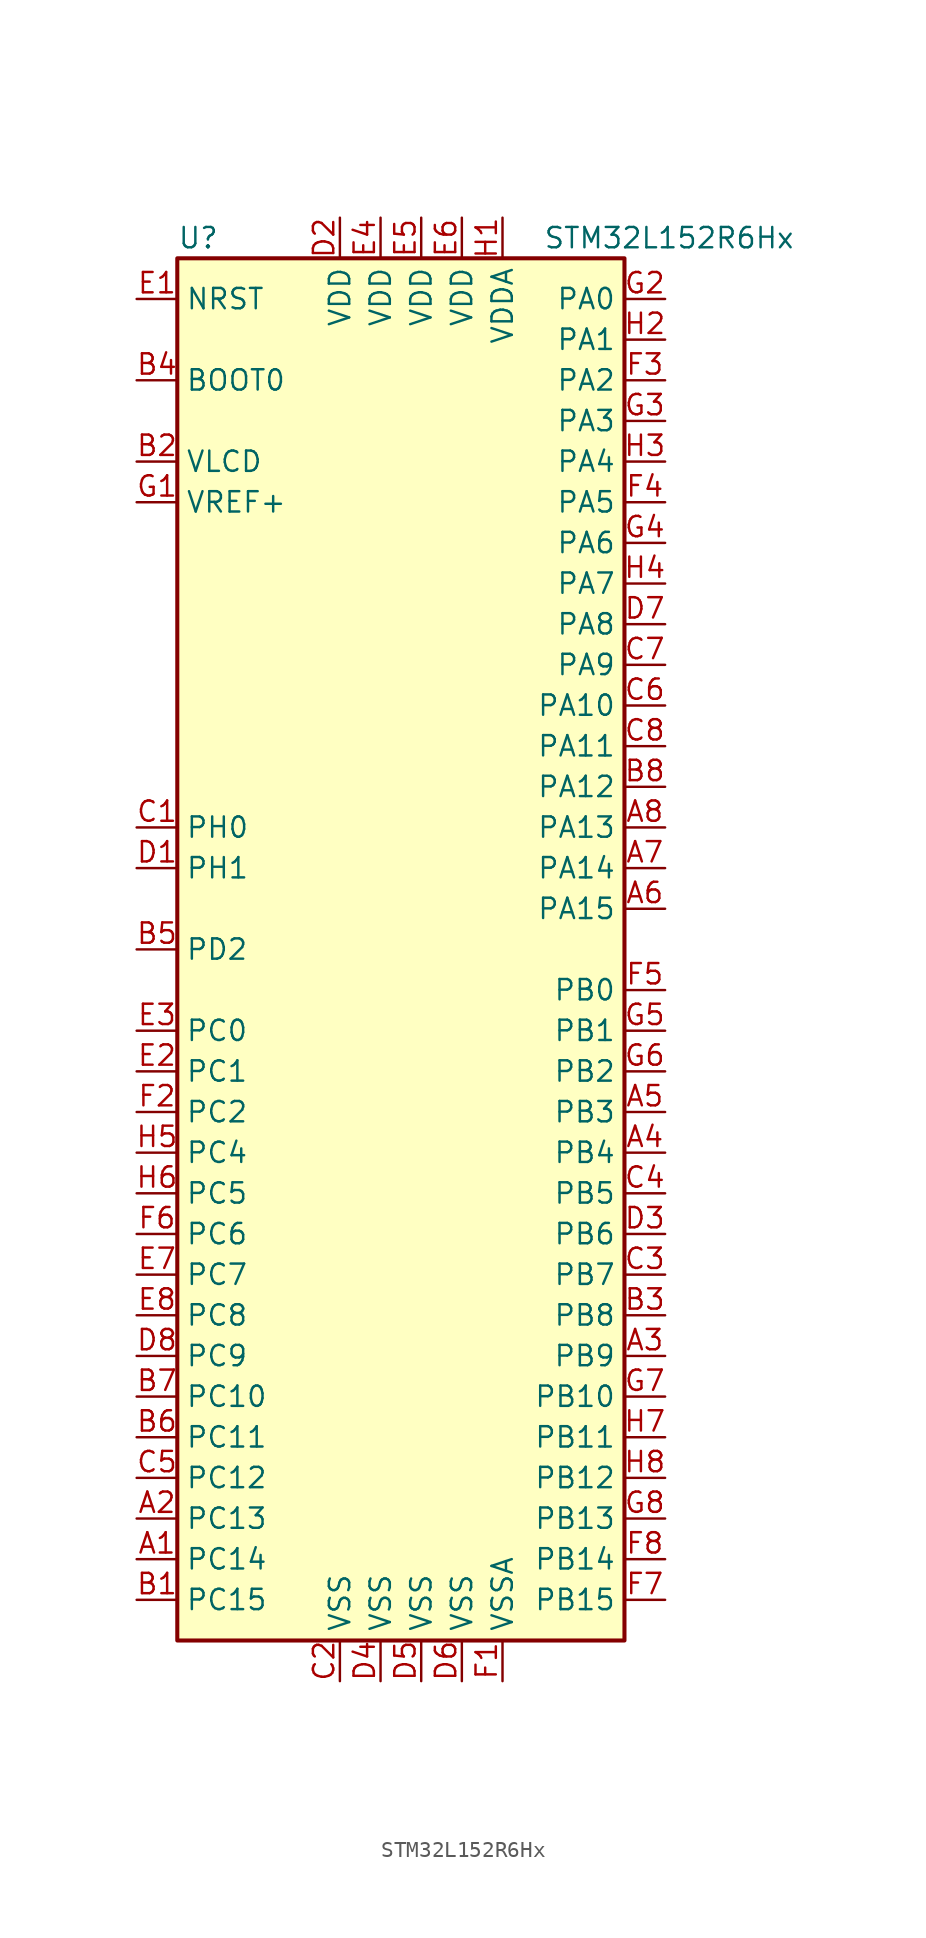
<source format=kicad_sym>
(kicad_symbol_lib
  (version 20201005)
  (generator kicad_symbol_editor)
  (symbol "MCU_ST_STM32L1:STM32L152R6Hx"
    (property "Reference" "U"
      (at -15.24 44.45 0)
      (effects (font (size 1.27 1.27)) (justify left)))
    (property "Value" "STM32L152R6Hx"
      (at 7.62 44.45 0)
      (effects (font (size 1.27 1.27)) (justify left)))
    (symbol "STM32L152R6Hx_0_1"
      (rectangle (start -15.24 -43.18) (end 12.7 43.18) (stroke (width 0.254)) (fill (type background))))
    (symbol "STM32L152R6Hx_1_1"
      (pin input line (at -17.78 35.56 0) (length 2.54) (name "BOOT0" (effects (font (size 1.27 1.27)))) (number "B4" (effects (font (size 1.27 1.27)))))
      (pin input line (at -17.78 40.64 0) (length 2.54) (name "NRST" (effects (font (size 1.27 1.27)))) (number "E1" (effects (font (size 1.27 1.27)))))
      (pin bidirectional line (at 15.24 40.64 180) (length 2.54) (name "PA0" (effects (font (size 1.27 1.27)))) (number "G2" (effects (font (size 1.27 1.27)))))
      (pin bidirectional line (at 15.24 38.1 180) (length 2.54) (name "PA1" (effects (font (size 1.27 1.27)))) (number "H2" (effects (font (size 1.27 1.27)))))
      (pin bidirectional line (at 15.24 15.24 180) (length 2.54) (name "PA10" (effects (font (size 1.27 1.27)))) (number "C6" (effects (font (size 1.27 1.27)))))
      (pin bidirectional line (at 15.24 12.7 180) (length 2.54) (name "PA11" (effects (font (size 1.27 1.27)))) (number "C8" (effects (font (size 1.27 1.27)))))
      (pin bidirectional line (at 15.24 10.16 180) (length 2.54) (name "PA12" (effects (font (size 1.27 1.27)))) (number "B8" (effects (font (size 1.27 1.27)))))
      (pin bidirectional line (at 15.24 7.62 180) (length 2.54) (name "PA13" (effects (font (size 1.27 1.27)))) (number "A8" (effects (font (size 1.27 1.27)))))
      (pin bidirectional line (at 15.24 5.08 180) (length 2.54) (name "PA14" (effects (font (size 1.27 1.27)))) (number "A7" (effects (font (size 1.27 1.27)))))
      (pin bidirectional line (at 15.24 2.54 180) (length 2.54) (name "PA15" (effects (font (size 1.27 1.27)))) (number "A6" (effects (font (size 1.27 1.27)))))
      (pin bidirectional line (at 15.24 35.56 180) (length 2.54) (name "PA2" (effects (font (size 1.27 1.27)))) (number "F3" (effects (font (size 1.27 1.27)))))
      (pin bidirectional line (at 15.24 33.02 180) (length 2.54) (name "PA3" (effects (font (size 1.27 1.27)))) (number "G3" (effects (font (size 1.27 1.27)))))
      (pin bidirectional line (at 15.24 30.48 180) (length 2.54) (name "PA4" (effects (font (size 1.27 1.27)))) (number "H3" (effects (font (size 1.27 1.27)))))
      (pin bidirectional line (at 15.24 27.94 180) (length 2.54) (name "PA5" (effects (font (size 1.27 1.27)))) (number "F4" (effects (font (size 1.27 1.27)))))
      (pin bidirectional line (at 15.24 25.4 180) (length 2.54) (name "PA6" (effects (font (size 1.27 1.27)))) (number "G4" (effects (font (size 1.27 1.27)))))
      (pin bidirectional line (at 15.24 22.86 180) (length 2.54) (name "PA7" (effects (font (size 1.27 1.27)))) (number "H4" (effects (font (size 1.27 1.27)))))
      (pin bidirectional line (at 15.24 20.32 180) (length 2.54) (name "PA8" (effects (font (size 1.27 1.27)))) (number "D7" (effects (font (size 1.27 1.27)))))
      (pin bidirectional line (at 15.24 17.78 180) (length 2.54) (name "PA9" (effects (font (size 1.27 1.27)))) (number "C7" (effects (font (size 1.27 1.27)))))
      (pin bidirectional line (at 15.24 -2.54 180) (length 2.54) (name "PB0" (effects (font (size 1.27 1.27)))) (number "F5" (effects (font (size 1.27 1.27)))))
      (pin bidirectional line (at 15.24 -5.08 180) (length 2.54) (name "PB1" (effects (font (size 1.27 1.27)))) (number "G5" (effects (font (size 1.27 1.27)))))
      (pin bidirectional line (at 15.24 -27.94 180) (length 2.54) (name "PB10" (effects (font (size 1.27 1.27)))) (number "G7" (effects (font (size 1.27 1.27)))))
      (pin bidirectional line (at 15.24 -30.48 180) (length 2.54) (name "PB11" (effects (font (size 1.27 1.27)))) (number "H7" (effects (font (size 1.27 1.27)))))
      (pin bidirectional line (at 15.24 -33.02 180) (length 2.54) (name "PB12" (effects (font (size 1.27 1.27)))) (number "H8" (effects (font (size 1.27 1.27)))))
      (pin bidirectional line (at 15.24 -35.56 180) (length 2.54) (name "PB13" (effects (font (size 1.27 1.27)))) (number "G8" (effects (font (size 1.27 1.27)))))
      (pin bidirectional line (at 15.24 -38.1 180) (length 2.54) (name "PB14" (effects (font (size 1.27 1.27)))) (number "F8" (effects (font (size 1.27 1.27)))))
      (pin bidirectional line (at 15.24 -40.64 180) (length 2.54) (name "PB15" (effects (font (size 1.27 1.27)))) (number "F7" (effects (font (size 1.27 1.27)))))
      (pin bidirectional line (at 15.24 -7.62 180) (length 2.54) (name "PB2" (effects (font (size 1.27 1.27)))) (number "G6" (effects (font (size 1.27 1.27)))))
      (pin bidirectional line (at 15.24 -10.16 180) (length 2.54) (name "PB3" (effects (font (size 1.27 1.27)))) (number "A5" (effects (font (size 1.27 1.27)))))
      (pin bidirectional line (at 15.24 -12.7 180) (length 2.54) (name "PB4" (effects (font (size 1.27 1.27)))) (number "A4" (effects (font (size 1.27 1.27)))))
      (pin bidirectional line (at 15.24 -15.24 180) (length 2.54) (name "PB5" (effects (font (size 1.27 1.27)))) (number "C4" (effects (font (size 1.27 1.27)))))
      (pin bidirectional line (at 15.24 -17.78 180) (length 2.54) (name "PB6" (effects (font (size 1.27 1.27)))) (number "D3" (effects (font (size 1.27 1.27)))))
      (pin bidirectional line (at 15.24 -20.32 180) (length 2.54) (name "PB7" (effects (font (size 1.27 1.27)))) (number "C3" (effects (font (size 1.27 1.27)))))
      (pin bidirectional line (at 15.24 -22.86 180) (length 2.54) (name "PB8" (effects (font (size 1.27 1.27)))) (number "B3" (effects (font (size 1.27 1.27)))))
      (pin bidirectional line (at 15.24 -25.4 180) (length 2.54) (name "PB9" (effects (font (size 1.27 1.27)))) (number "A3" (effects (font (size 1.27 1.27)))))
      (pin bidirectional line (at -17.78 -5.08 0) (length 2.54) (name "PC0" (effects (font (size 1.27 1.27)))) (number "E3" (effects (font (size 1.27 1.27)))))
      (pin bidirectional line (at -17.78 -7.62 0) (length 2.54) (name "PC1" (effects (font (size 1.27 1.27)))) (number "E2" (effects (font (size 1.27 1.27)))))
      (pin bidirectional line (at -17.78 -27.94 0) (length 2.54) (name "PC10" (effects (font (size 1.27 1.27)))) (number "B7" (effects (font (size 1.27 1.27)))))
      (pin bidirectional line (at -17.78 -30.48 0) (length 2.54) (name "PC11" (effects (font (size 1.27 1.27)))) (number "B6" (effects (font (size 1.27 1.27)))))
      (pin bidirectional line (at -17.78 -33.02 0) (length 2.54) (name "PC12" (effects (font (size 1.27 1.27)))) (number "C5" (effects (font (size 1.27 1.27)))))
      (pin bidirectional line (at -17.78 -35.56 0) (length 2.54) (name "PC13" (effects (font (size 1.27 1.27)))) (number "A2" (effects (font (size 1.27 1.27)))))
      (pin bidirectional line (at -17.78 -38.1 0) (length 2.54) (name "PC14" (effects (font (size 1.27 1.27)))) (number "A1" (effects (font (size 1.27 1.27)))))
      (pin bidirectional line (at -17.78 -40.64 0) (length 2.54) (name "PC15" (effects (font (size 1.27 1.27)))) (number "B1" (effects (font (size 1.27 1.27)))))
      (pin bidirectional line (at -17.78 -10.16 0) (length 2.54) (name "PC2" (effects (font (size 1.27 1.27)))) (number "F2" (effects (font (size 1.27 1.27)))))
      (pin bidirectional line (at -17.78 -12.7 0) (length 2.54) (name "PC4" (effects (font (size 1.27 1.27)))) (number "H5" (effects (font (size 1.27 1.27)))))
      (pin bidirectional line (at -17.78 -15.24 0) (length 2.54) (name "PC5" (effects (font (size 1.27 1.27)))) (number "H6" (effects (font (size 1.27 1.27)))))
      (pin bidirectional line (at -17.78 -17.78 0) (length 2.54) (name "PC6" (effects (font (size 1.27 1.27)))) (number "F6" (effects (font (size 1.27 1.27)))))
      (pin bidirectional line (at -17.78 -20.32 0) (length 2.54) (name "PC7" (effects (font (size 1.27 1.27)))) (number "E7" (effects (font (size 1.27 1.27)))))
      (pin bidirectional line (at -17.78 -22.86 0) (length 2.54) (name "PC8" (effects (font (size 1.27 1.27)))) (number "E8" (effects (font (size 1.27 1.27)))))
      (pin bidirectional line (at -17.78 -25.4 0) (length 2.54) (name "PC9" (effects (font (size 1.27 1.27)))) (number "D8" (effects (font (size 1.27 1.27)))))
      (pin bidirectional line (at -17.78 0 0) (length 2.54) (name "PD2" (effects (font (size 1.27 1.27)))) (number "B5" (effects (font (size 1.27 1.27)))))
      (pin input line (at -17.78 7.62 0) (length 2.54) (name "PH0" (effects (font (size 1.27 1.27)))) (number "C1" (effects (font (size 1.27 1.27)))))
      (pin input line (at -17.78 5.08 0) (length 2.54) (name "PH1" (effects (font (size 1.27 1.27)))) (number "D1" (effects (font (size 1.27 1.27)))))
      (pin power_in line (at -5.08 45.72 270) (length 2.54) (name "VDD" (effects (font (size 1.27 1.27)))) (number "D2" (effects (font (size 1.27 1.27)))))
      (pin power_in line (at -2.54 45.72 270) (length 2.54) (name "VDD" (effects (font (size 1.27 1.27)))) (number "E4" (effects (font (size 1.27 1.27)))))
      (pin power_in line (at 0 45.72 270) (length 2.54) (name "VDD" (effects (font (size 1.27 1.27)))) (number "E5" (effects (font (size 1.27 1.27)))))
      (pin power_in line (at 2.54 45.72 270) (length 2.54) (name "VDD" (effects (font (size 1.27 1.27)))) (number "E6" (effects (font (size 1.27 1.27)))))
      (pin power_in line (at 5.08 45.72 270) (length 2.54) (name "VDDA" (effects (font (size 1.27 1.27)))) (number "H1" (effects (font (size 1.27 1.27)))))
      (pin power_in line (at -17.78 30.48 0) (length 2.54) (name "VLCD" (effects (font (size 1.27 1.27)))) (number "B2" (effects (font (size 1.27 1.27)))))
      (pin power_in line (at -17.78 27.94 0) (length 2.54) (name "VREF+" (effects (font (size 1.27 1.27)))) (number "G1" (effects (font (size 1.27 1.27)))))
      (pin power_in line (at -5.08 -45.72 90) (length 2.54) (name "VSS" (effects (font (size 1.27 1.27)))) (number "C2" (effects (font (size 1.27 1.27)))))
      (pin power_in line (at -2.54 -45.72 90) (length 2.54) (name "VSS" (effects (font (size 1.27 1.27)))) (number "D4" (effects (font (size 1.27 1.27)))))
      (pin power_in line (at 0 -45.72 90) (length 2.54) (name "VSS" (effects (font (size 1.27 1.27)))) (number "D5" (effects (font (size 1.27 1.27)))))
      (pin power_in line (at 2.54 -45.72 90) (length 2.54) (name "VSS" (effects (font (size 1.27 1.27)))) (number "D6" (effects (font (size 1.27 1.27)))))
      (pin power_in line (at 5.08 -45.72 90) (length 2.54) (name "VSSA" (effects (font (size 1.27 1.27)))) (number "F1" (effects (font (size 1.27 1.27))))))))
</source>
